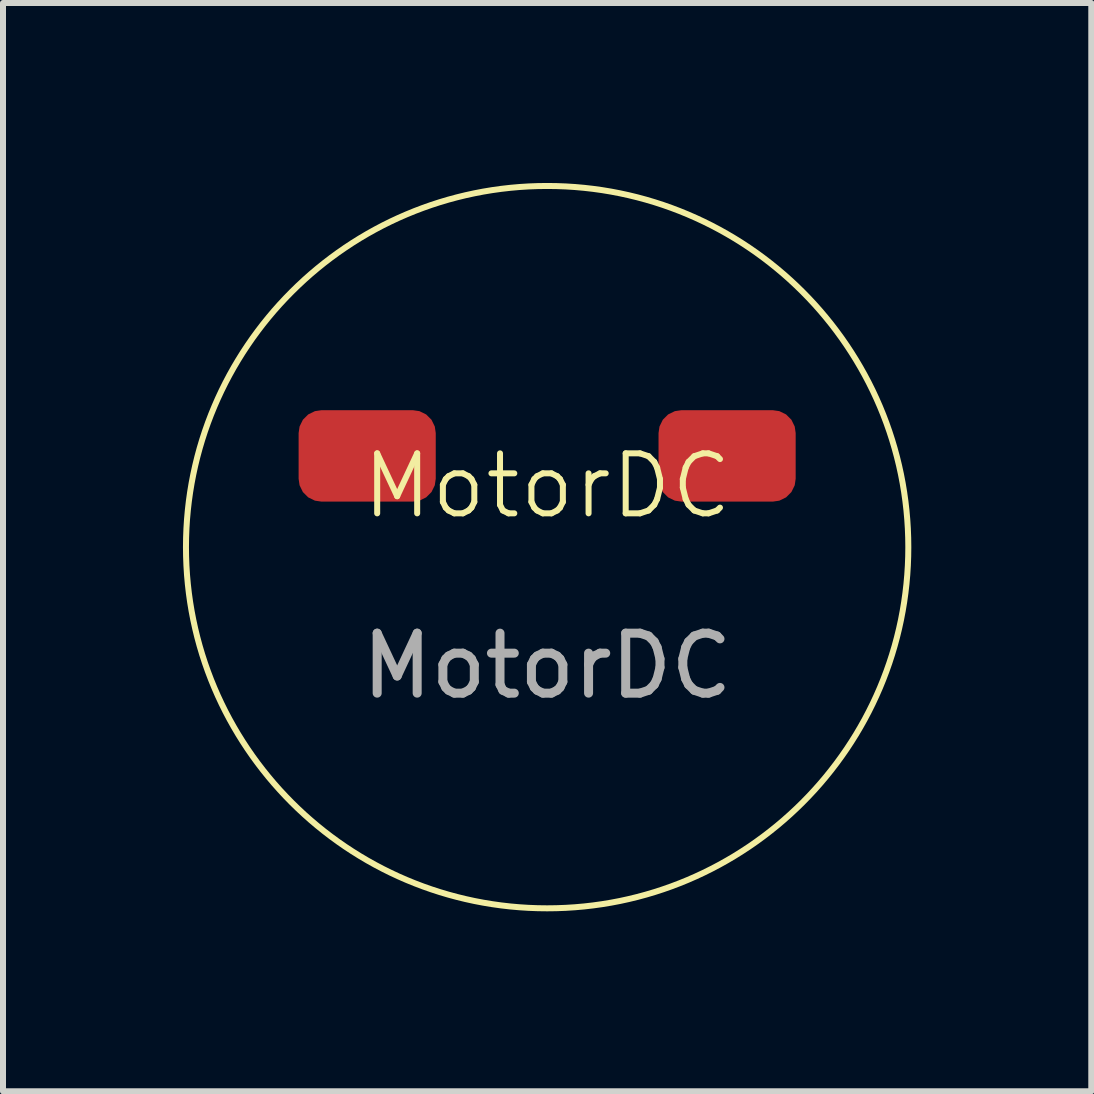
<source format=kicad_pcb>
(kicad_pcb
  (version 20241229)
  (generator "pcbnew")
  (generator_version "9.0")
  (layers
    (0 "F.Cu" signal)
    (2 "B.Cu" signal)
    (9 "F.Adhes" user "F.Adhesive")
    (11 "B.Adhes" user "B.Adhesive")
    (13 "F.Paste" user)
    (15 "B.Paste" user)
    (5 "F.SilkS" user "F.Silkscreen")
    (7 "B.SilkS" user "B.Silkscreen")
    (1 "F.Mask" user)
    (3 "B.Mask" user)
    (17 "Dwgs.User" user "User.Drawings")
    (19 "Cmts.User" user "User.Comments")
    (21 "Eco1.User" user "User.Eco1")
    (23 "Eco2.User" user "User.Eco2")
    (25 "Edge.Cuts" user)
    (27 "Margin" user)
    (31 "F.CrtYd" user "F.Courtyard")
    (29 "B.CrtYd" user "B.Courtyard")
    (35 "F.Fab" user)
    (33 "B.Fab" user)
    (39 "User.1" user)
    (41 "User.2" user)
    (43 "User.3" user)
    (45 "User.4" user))
  (footprint "MotorDC"
    (layer "F.Cu")
    (at 6.071 5.55)
    (property "Reference" "MotorDC" (at 0 -0.5 0) (unlocked yes) (layer "F.SilkS") (effects (font (size 1 1) (thickness 0.1))))
    (attr smd)
    (fp_circle (center 0 0.521) (end 4.5 4.521) (stroke (width 0.1) (type default)) (fill no) (layer "F.SilkS"))
    (fp_text user "${REFERENCE}" (at 0 2.5 0) (unlocked yes) (layer "F.Fab") (effects (font (size 1 1) (thickness 0.15))))
    (pad "1" smd roundrect (at 3 -1) (size 2.286 1.524) (layers "F.Cu" "F.Mask" "F.Paste") (roundrect_rratio 0.25))
    (pad "2" smd roundrect (at -3 -1) (size 2.286 1.524) (layers "F.Cu" "F.Mask" "F.Paste") (roundrect_rratio 0.25)))
  (gr_rect
    (start -3 -3)
    (end 15.142 15.142)
    (stroke (width 0.1) (type default))
    (fill no)
    (layer "Edge.Cuts")))
</source>
